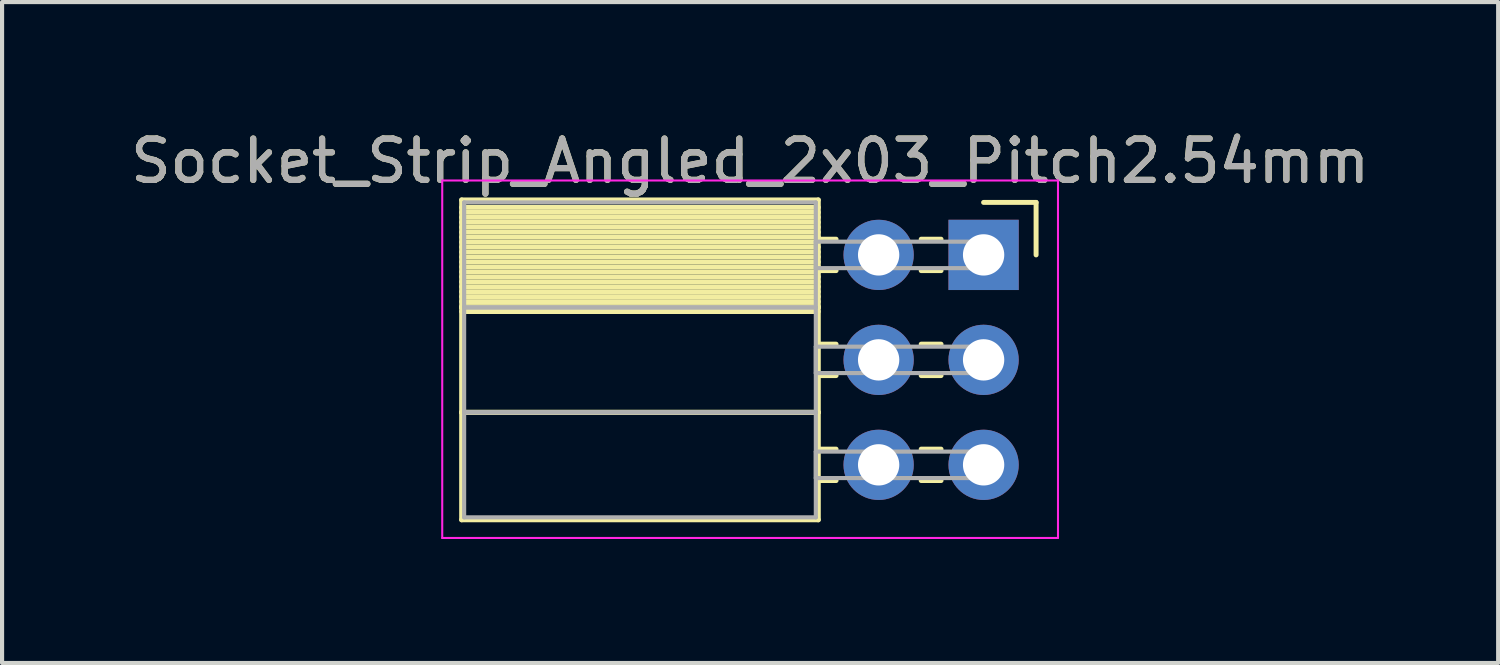
<source format=kicad_pcb>
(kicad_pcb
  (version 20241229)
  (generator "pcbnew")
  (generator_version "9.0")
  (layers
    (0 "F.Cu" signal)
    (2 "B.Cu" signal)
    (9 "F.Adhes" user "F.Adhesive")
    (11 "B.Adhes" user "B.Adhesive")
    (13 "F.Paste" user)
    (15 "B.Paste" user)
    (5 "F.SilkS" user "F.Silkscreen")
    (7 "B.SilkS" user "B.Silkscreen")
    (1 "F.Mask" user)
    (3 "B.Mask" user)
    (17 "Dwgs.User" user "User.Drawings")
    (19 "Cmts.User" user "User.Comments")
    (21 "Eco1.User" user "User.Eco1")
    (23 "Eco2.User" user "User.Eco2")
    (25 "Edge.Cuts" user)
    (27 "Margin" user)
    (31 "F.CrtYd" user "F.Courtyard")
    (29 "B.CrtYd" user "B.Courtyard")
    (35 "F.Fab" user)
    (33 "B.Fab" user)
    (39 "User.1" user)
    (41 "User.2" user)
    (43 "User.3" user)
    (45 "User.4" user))
  (footprint "Socket_Strip_Angled_2x03_Pitch2.54mm"
    (layer "F.Cu")
    (at 20.751 3.118)
    (property "Reference" "Socket_Strip_Angled_2x03_Pitch2.54mm" (at -5.65 -2.27 0) (layer "F.SilkS") (effects (font (size 1 1) (thickness 0.15))))
    (attr through_hole)
    (fp_line (start -12.63 -1.33) (end -4 -1.33) (stroke (width 0.12) (type solid)) (layer "F.SilkS"))
    (fp_line (start -12.63 1.27) (end -12.63 -1.33) (stroke (width 0.12) (type solid)) (layer "F.SilkS"))
    (fp_line (start -12.63 1.27) (end -4 1.27) (stroke (width 0.12) (type solid)) (layer "F.SilkS"))
    (fp_line (start -12.63 3.81) (end -12.63 1.27) (stroke (width 0.12) (type solid)) (layer "F.SilkS"))
    (fp_line (start -12.63 3.81) (end -4 3.81) (stroke (width 0.12) (type solid)) (layer "F.SilkS"))
    (fp_line (start -12.63 6.41) (end -12.63 3.81) (stroke (width 0.12) (type solid)) (layer "F.SilkS"))
    (fp_line (start -4 -1.33) (end -4 1.27) (stroke (width 0.12) (type solid)) (layer "F.SilkS"))
    (fp_line (start -4 -1.15) (end -12.63 -1.15) (stroke (width 0.12) (type solid)) (layer "F.SilkS"))
    (fp_line (start -4 -1.03) (end -12.63 -1.03) (stroke (width 0.12) (type solid)) (layer "F.SilkS"))
    (fp_line (start -4 -0.91) (end -12.63 -0.91) (stroke (width 0.12) (type solid)) (layer "F.SilkS"))
    (fp_line (start -4 -0.79) (end -12.63 -0.79) (stroke (width 0.12) (type solid)) (layer "F.SilkS"))
    (fp_line (start -4 -0.67) (end -12.63 -0.67) (stroke (width 0.12) (type solid)) (layer "F.SilkS"))
    (fp_line (start -4 -0.55) (end -12.63 -0.55) (stroke (width 0.12) (type solid)) (layer "F.SilkS"))
    (fp_line (start -4 -0.43) (end -12.63 -0.43) (stroke (width 0.12) (type solid)) (layer "F.SilkS"))
    (fp_line (start -4 -0.31) (end -12.63 -0.31) (stroke (width 0.12) (type solid)) (layer "F.SilkS"))
    (fp_line (start -4 -0.19) (end -12.63 -0.19) (stroke (width 0.12) (type solid)) (layer "F.SilkS"))
    (fp_line (start -4 -0.07) (end -12.63 -0.07) (stroke (width 0.12) (type solid)) (layer "F.SilkS"))
    (fp_line (start -4 0.05) (end -12.63 0.05) (stroke (width 0.12) (type solid)) (layer "F.SilkS"))
    (fp_line (start -4 0.17) (end -12.63 0.17) (stroke (width 0.12) (type solid)) (layer "F.SilkS"))
    (fp_line (start -4 0.29) (end -12.63 0.29) (stroke (width 0.12) (type solid)) (layer "F.SilkS"))
    (fp_line (start -4 0.41) (end -12.63 0.41) (stroke (width 0.12) (type solid)) (layer "F.SilkS"))
    (fp_line (start -4 0.53) (end -12.63 0.53) (stroke (width 0.12) (type solid)) (layer "F.SilkS"))
    (fp_line (start -4 0.65) (end -12.63 0.65) (stroke (width 0.12) (type solid)) (layer "F.SilkS"))
    (fp_line (start -4 0.77) (end -12.63 0.77) (stroke (width 0.12) (type solid)) (layer "F.SilkS"))
    (fp_line (start -4 0.89) (end -12.63 0.89) (stroke (width 0.12) (type solid)) (layer "F.SilkS"))
    (fp_line (start -4 1.01) (end -12.63 1.01) (stroke (width 0.12) (type solid)) (layer "F.SilkS"))
    (fp_line (start -4 1.13) (end -12.63 1.13) (stroke (width 0.12) (type solid)) (layer "F.SilkS"))
    (fp_line (start -4 1.25) (end -12.63 1.25) (stroke (width 0.12) (type solid)) (layer "F.SilkS"))
    (fp_line (start -4 1.27) (end -12.63 1.27) (stroke (width 0.12) (type solid)) (layer "F.SilkS"))
    (fp_line (start -4 1.27) (end -4 3.81) (stroke (width 0.12) (type solid)) (layer "F.SilkS"))
    (fp_line (start -4 1.37) (end -12.63 1.37) (stroke (width 0.12) (type solid)) (layer "F.SilkS"))
    (fp_line (start -4 3.81) (end -12.63 3.81) (stroke (width 0.12) (type solid)) (layer "F.SilkS"))
    (fp_line (start -4 3.81) (end -4 6.41) (stroke (width 0.12) (type solid)) (layer "F.SilkS"))
    (fp_line (start -4 6.41) (end -12.63 6.41) (stroke (width 0.12) (type solid)) (layer "F.SilkS"))
    (fp_line (start -3.57 -0.38) (end -4 -0.38) (stroke (width 0.12) (type solid)) (layer "F.SilkS"))
    (fp_line (start -3.57 0.38) (end -4 0.38) (stroke (width 0.12) (type solid)) (layer "F.SilkS"))
    (fp_line (start -3.57 2.16) (end -4 2.16) (stroke (width 0.12) (type solid)) (layer "F.SilkS"))
    (fp_line (start -3.57 2.92) (end -4 2.92) (stroke (width 0.12) (type solid)) (layer "F.SilkS"))
    (fp_line (start -3.57 4.7) (end -4 4.7) (stroke (width 0.12) (type solid)) (layer "F.SilkS"))
    (fp_line (start -3.57 5.46) (end -4 5.46) (stroke (width 0.12) (type solid)) (layer "F.SilkS"))
    (fp_line (start -1.03 -0.38) (end -1.51 -0.38) (stroke (width 0.12) (type solid)) (layer "F.SilkS"))
    (fp_line (start -1.03 0.38) (end -1.51 0.38) (stroke (width 0.12) (type solid)) (layer "F.SilkS"))
    (fp_line (start -1.03 2.16) (end -1.51 2.16) (stroke (width 0.12) (type solid)) (layer "F.SilkS"))
    (fp_line (start -1.03 2.92) (end -1.51 2.92) (stroke (width 0.12) (type solid)) (layer "F.SilkS"))
    (fp_line (start -1.03 4.7) (end -1.51 4.7) (stroke (width 0.12) (type solid)) (layer "F.SilkS"))
    (fp_line (start -1.03 5.46) (end -1.51 5.46) (stroke (width 0.12) (type solid)) (layer "F.SilkS"))
    (fp_line (start 0 -1.27) (end 1.27 -1.27) (stroke (width 0.12) (type solid)) (layer "F.SilkS"))
    (fp_line (start 1.27 -1.27) (end 1.27 0) (stroke (width 0.12) (type solid)) (layer "F.SilkS"))
    (fp_line (start -13.1 -1.8) (end 1.8 -1.8) (stroke (width 0.05) (type solid)) (layer "F.CrtYd"))
    (fp_line (start -13.1 6.85) (end -13.1 -1.8) (stroke (width 0.05) (type solid)) (layer "F.CrtYd"))
    (fp_line (start 1.8 -1.8) (end 1.8 6.85) (stroke (width 0.05) (type solid)) (layer "F.CrtYd"))
    (fp_line (start 1.8 6.85) (end -13.1 6.85) (stroke (width 0.05) (type solid)) (layer "F.CrtYd"))
    (fp_line (start -12.57 -1.27) (end -4.06 -1.27) (stroke (width 0.1) (type solid)) (layer "F.Fab"))
    (fp_line (start -12.57 1.27) (end -12.57 -1.27) (stroke (width 0.1) (type solid)) (layer "F.Fab"))
    (fp_line (start -12.57 1.27) (end -4.06 1.27) (stroke (width 0.1) (type solid)) (layer "F.Fab"))
    (fp_line (start -12.57 3.81) (end -12.57 1.27) (stroke (width 0.1) (type solid)) (layer "F.Fab"))
    (fp_line (start -12.57 3.81) (end -4.06 3.81) (stroke (width 0.1) (type solid)) (layer "F.Fab"))
    (fp_line (start -12.57 6.35) (end -12.57 3.81) (stroke (width 0.1) (type solid)) (layer "F.Fab"))
    (fp_line (start -4.06 -1.27) (end -4.06 1.27) (stroke (width 0.1) (type solid)) (layer "F.Fab"))
    (fp_line (start -4.06 -0.32) (end 0 -0.32) (stroke (width 0.1) (type solid)) (layer "F.Fab"))
    (fp_line (start -4.06 0.32) (end -4.06 -0.32) (stroke (width 0.1) (type solid)) (layer "F.Fab"))
    (fp_line (start -4.06 1.27) (end -12.57 1.27) (stroke (width 0.1) (type solid)) (layer "F.Fab"))
    (fp_line (start -4.06 1.27) (end -4.06 3.81) (stroke (width 0.1) (type solid)) (layer "F.Fab"))
    (fp_line (start -4.06 2.22) (end 0 2.22) (stroke (width 0.1) (type solid)) (layer "F.Fab"))
    (fp_line (start -4.06 2.86) (end -4.06 2.22) (stroke (width 0.1) (type solid)) (layer "F.Fab"))
    (fp_line (start -4.06 3.81) (end -12.57 3.81) (stroke (width 0.1) (type solid)) (layer "F.Fab"))
    (fp_line (start -4.06 3.81) (end -4.06 6.35) (stroke (width 0.1) (type solid)) (layer "F.Fab"))
    (fp_line (start -4.06 4.76) (end 0 4.76) (stroke (width 0.1) (type solid)) (layer "F.Fab"))
    (fp_line (start -4.06 5.4) (end -4.06 4.76) (stroke (width 0.1) (type solid)) (layer "F.Fab"))
    (fp_line (start -4.06 6.35) (end -12.57 6.35) (stroke (width 0.1) (type solid)) (layer "F.Fab"))
    (fp_line (start 0 -0.32) (end 0 0.32) (stroke (width 0.1) (type solid)) (layer "F.Fab"))
    (fp_line (start 0 0.32) (end -4.06 0.32) (stroke (width 0.1) (type solid)) (layer "F.Fab"))
    (fp_line (start 0 2.22) (end 0 2.86) (stroke (width 0.1) (type solid)) (layer "F.Fab"))
    (fp_line (start 0 2.86) (end -4.06 2.86) (stroke (width 0.1) (type solid)) (layer "F.Fab"))
    (fp_line (start 0 4.76) (end 0 5.4) (stroke (width 0.1) (type solid)) (layer "F.Fab"))
    (fp_line (start 0 5.4) (end -4.06 5.4) (stroke (width 0.1) (type solid)) (layer "F.Fab"))
    (fp_text user "${REFERENCE}" (at -5.65 -2.27 0) (layer "F.Fab") (effects (font (size 1 1) (thickness 0.15))))
    (pad "1" thru_hole rect (at 0 0) (size 1.7 1.7) (drill 1) (layers "*.Cu" "*.Mask"))
    (pad "2" thru_hole oval (at -2.54 0) (size 1.7 1.7) (drill 1) (layers "*.Cu" "*.Mask"))
    (pad "3" thru_hole oval (at 0 2.54) (size 1.7 1.7) (drill 1) (layers "*.Cu" "*.Mask"))
    (pad "4" thru_hole oval (at -2.54 2.54) (size 1.7 1.7) (drill 1) (layers "*.Cu" "*.Mask"))
    (pad "5" thru_hole oval (at 0 5.08) (size 1.7 1.7) (drill 1) (layers "*.Cu" "*.Mask"))
    (pad "6" thru_hole oval (at -2.54 5.08) (size 1.7 1.7) (drill 1) (layers "*.Cu" "*.Mask")))
  (gr_rect
    (start -3 -3)
    (end 33.202 12.993)
    (stroke (width 0.1) (type default))
    (fill no)
    (layer "Edge.Cuts")))
</source>
